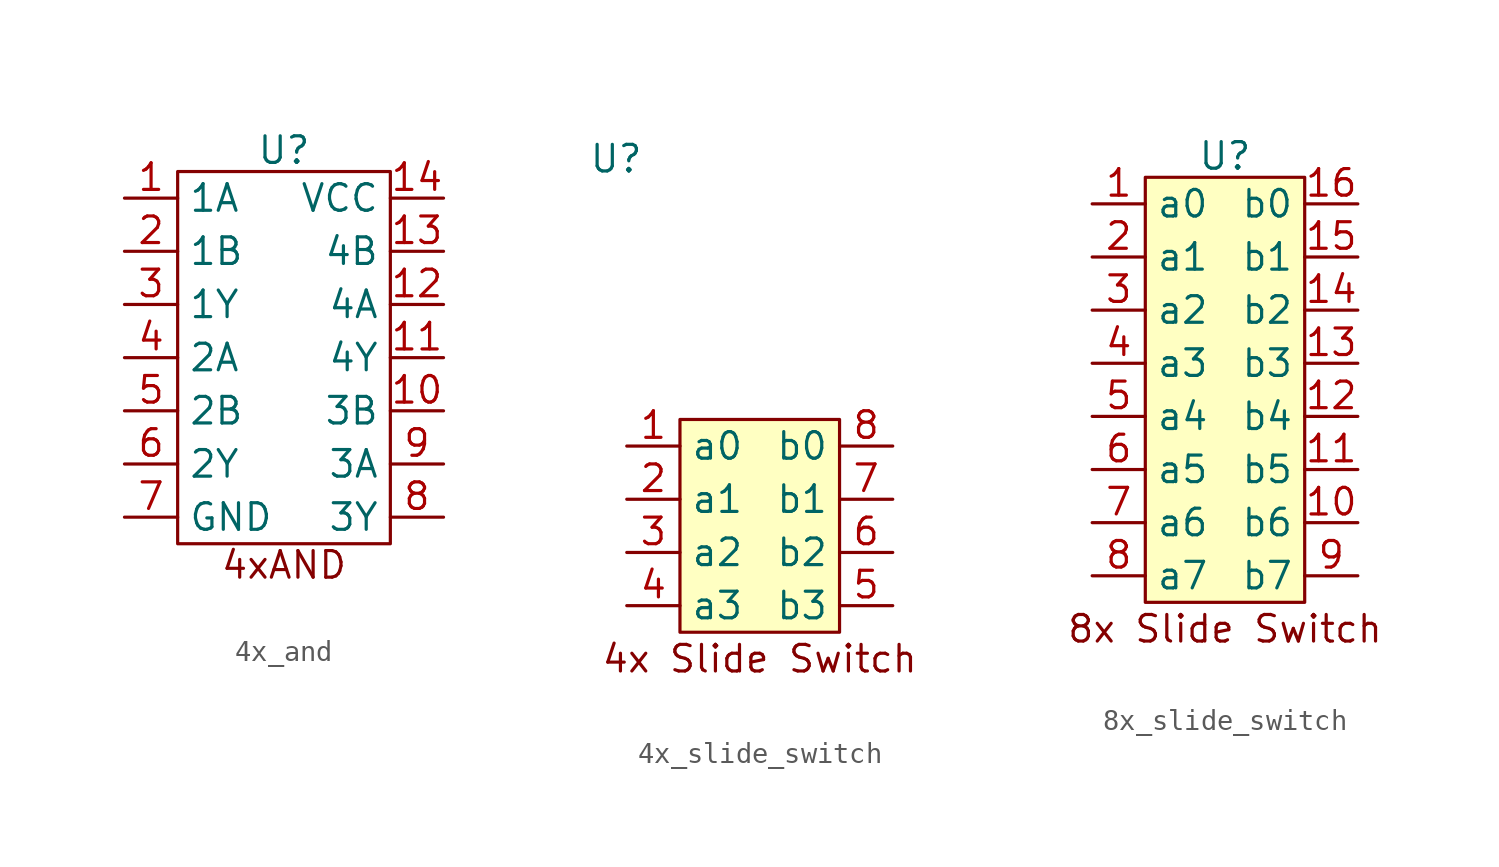
<source format=kicad_sym>
(kicad_symbol_lib
  (version 20231120)
  (generator "kicad_symbol_editor")
  (generator_version "8.0")
  (symbol "4x_and"
    (property "Reference" "U"
      (at 0 9.906 0)
      (effects (font (size 1.27 1.27))))
    (property "Value" ""
      (at -5.08 2.54 0)
      (effects (font (size 1.27 1.27))))
    (symbol "4x_and_0_1"
      (rectangle (start -5.08 8.89) (end 5.08 -8.89) (stroke (width 0) (type default)) (fill (type none))))
    (symbol "4x_and_1_1"
      (text "4xAND" (at 0 -9.906 0) (effects (font (size 1.27 1.27))))
      (pin input line (at -7.62 7.62 0) (length 2.54) (name "1A" (effects (font (size 1.27 1.27)))) (number "1" (effects (font (size 1.27 1.27)))))
      (pin input line (at 7.62 -2.54 180) (length 2.54) (name "3B" (effects (font (size 1.27 1.27)))) (number "10" (effects (font (size 1.27 1.27)))))
      (pin output line (at 7.62 0 180) (length 2.54) (name "4Y" (effects (font (size 1.27 1.27)))) (number "11" (effects (font (size 1.27 1.27)))))
      (pin input line (at 7.62 2.54 180) (length 2.54) (name "4A" (effects (font (size 1.27 1.27)))) (number "12" (effects (font (size 1.27 1.27)))))
      (pin input line (at 7.62 5.08 180) (length 2.54) (name "4B" (effects (font (size 1.27 1.27)))) (number "13" (effects (font (size 1.27 1.27)))))
      (pin input line (at 7.62 7.62 180) (length 2.54) (name "VCC" (effects (font (size 1.27 1.27)))) (number "14" (effects (font (size 1.27 1.27)))))
      (pin input line (at -7.62 5.08 0) (length 2.54) (name "1B" (effects (font (size 1.27 1.27)))) (number "2" (effects (font (size 1.27 1.27)))))
      (pin output line (at -7.62 2.54 0) (length 2.54) (name "1Y" (effects (font (size 1.27 1.27)))) (number "3" (effects (font (size 1.27 1.27)))))
      (pin input line (at -7.62 0 0) (length 2.54) (name "2A" (effects (font (size 1.27 1.27)))) (number "4" (effects (font (size 1.27 1.27)))))
      (pin input line (at -7.62 -2.54 0) (length 2.54) (name "2B" (effects (font (size 1.27 1.27)))) (number "5" (effects (font (size 1.27 1.27)))))
      (pin output line (at -7.62 -5.08 0) (length 2.54) (name "2Y" (effects (font (size 1.27 1.27)))) (number "6" (effects (font (size 1.27 1.27)))))
      (pin input line (at -7.62 -7.62 0) (length 2.54) (name "GND" (effects (font (size 1.27 1.27)))) (number "7" (effects (font (size 1.27 1.27)))))
      (pin output line (at 7.62 -7.62 180) (length 2.54) (name "3Y" (effects (font (size 1.27 1.27)))) (number "8" (effects (font (size 1.27 1.27)))))
      (pin input line (at 7.62 -5.08 180) (length 2.54) (name "3A" (effects (font (size 1.27 1.27)))) (number "9" (effects (font (size 1.27 1.27)))))))
  (symbol "4x_slide_switch"
    (property "Reference" "U"
      (at -6.858 17.526 0)
      (effects (font (size 1.27 1.27))))
    (property "Value" ""
      (at 0 3.81 0)
      (effects (font (size 1.27 1.27))))
    (symbol "4x_slide_switch_1_1"
      (rectangle (start -3.81 5.08) (end 3.81 -5.08) (stroke (width 0) (type default)) (fill (type background)))
      (text "4x Slide Switch" (at 0 -6.35 0) (effects (font (size 1.27 1.27))))
      (pin bidirectional line (at -6.35 3.81 0) (length 2.54) (name "a0" (effects (font (size 1.27 1.27)))) (number "1" (effects (font (size 1.27 1.27)))))
      (pin bidirectional line (at -6.35 1.27 0) (length 2.54) (name "a1" (effects (font (size 1.27 1.27)))) (number "2" (effects (font (size 1.27 1.27)))))
      (pin bidirectional line (at -6.35 -1.27 0) (length 2.54) (name "a2" (effects (font (size 1.27 1.27)))) (number "3" (effects (font (size 1.27 1.27)))))
      (pin bidirectional line (at -6.35 -3.81 0) (length 2.54) (name "a3" (effects (font (size 1.27 1.27)))) (number "4" (effects (font (size 1.27 1.27)))))
      (pin bidirectional line (at 6.35 -3.81 180) (length 2.54) (name "b3" (effects (font (size 1.27 1.27)))) (number "5" (effects (font (size 1.27 1.27)))))
      (pin bidirectional line (at 6.35 -1.27 180) (length 2.54) (name "b2" (effects (font (size 1.27 1.27)))) (number "6" (effects (font (size 1.27 1.27)))))
      (pin bidirectional line (at 6.35 1.27 180) (length 2.54) (name "b1" (effects (font (size 1.27 1.27)))) (number "7" (effects (font (size 1.27 1.27)))))
      (pin bidirectional line (at 6.35 3.81 180) (length 2.54) (name "b0" (effects (font (size 1.27 1.27)))) (number "8" (effects (font (size 1.27 1.27)))))))
  (symbol "8x_slide_switch"
    (property "Reference" "U"
      (at 0 11.176 0)
      (effects (font (size 1.27 1.27))))
    (property "Value" ""
      (at 0 3.81 0)
      (effects (font (size 1.27 1.27))))
    (symbol "8x_slide_switch_1_1"
      (rectangle (start -3.81 10.16) (end 3.81 -10.16) (stroke (width 0) (type default)) (fill (type background)))
      (text "8x Slide Switch" (at 0 -11.43 0) (effects (font (size 1.27 1.27))))
      (pin bidirectional line (at -6.35 8.89 0) (length 2.54) (name "a0" (effects (font (size 1.27 1.27)))) (number "1" (effects (font (size 1.27 1.27)))))
      (pin bidirectional line (at 6.35 -6.35 180) (length 2.54) (name "b6" (effects (font (size 1.27 1.27)))) (number "10" (effects (font (size 1.27 1.27)))))
      (pin bidirectional line (at 6.35 -3.81 180) (length 2.54) (name "b5" (effects (font (size 1.27 1.27)))) (number "11" (effects (font (size 1.27 1.27)))))
      (pin bidirectional line (at 6.35 -1.27 180) (length 2.54) (name "b4" (effects (font (size 1.27 1.27)))) (number "12" (effects (font (size 1.27 1.27)))))
      (pin bidirectional line (at 6.35 1.27 180) (length 2.54) (name "b3" (effects (font (size 1.27 1.27)))) (number "13" (effects (font (size 1.27 1.27)))))
      (pin bidirectional line (at 6.35 3.81 180) (length 2.54) (name "b2" (effects (font (size 1.27 1.27)))) (number "14" (effects (font (size 1.27 1.27)))))
      (pin bidirectional line (at 6.35 6.35 180) (length 2.54) (name "b1" (effects (font (size 1.27 1.27)))) (number "15" (effects (font (size 1.27 1.27)))))
      (pin bidirectional line (at 6.35 8.89 180) (length 2.54) (name "b0" (effects (font (size 1.27 1.27)))) (number "16" (effects (font (size 1.27 1.27)))))
      (pin bidirectional line (at -6.35 6.35 0) (length 2.54) (name "a1" (effects (font (size 1.27 1.27)))) (number "2" (effects (font (size 1.27 1.27)))))
      (pin bidirectional line (at -6.35 3.81 0) (length 2.54) (name "a2" (effects (font (size 1.27 1.27)))) (number "3" (effects (font (size 1.27 1.27)))))
      (pin bidirectional line (at -6.35 1.27 0) (length 2.54) (name "a3" (effects (font (size 1.27 1.27)))) (number "4" (effects (font (size 1.27 1.27)))))
      (pin bidirectional line (at -6.35 -1.27 0) (length 2.54) (name "a4" (effects (font (size 1.27 1.27)))) (number "5" (effects (font (size 1.27 1.27)))))
      (pin bidirectional line (at -6.35 -3.81 0) (length 2.54) (name "a5" (effects (font (size 1.27 1.27)))) (number "6" (effects (font (size 1.27 1.27)))))
      (pin bidirectional line (at -6.35 -6.35 0) (length 2.54) (name "a6" (effects (font (size 1.27 1.27)))) (number "7" (effects (font (size 1.27 1.27)))))
      (pin bidirectional line (at -6.35 -8.89 0) (length 2.54) (name "a7" (effects (font (size 1.27 1.27)))) (number "8" (effects (font (size 1.27 1.27)))))
      (pin bidirectional line (at 6.35 -8.89 180) (length 2.54) (name "b7" (effects (font (size 1.27 1.27)))) (number "9" (effects (font (size 1.27 1.27))))))))
</source>
